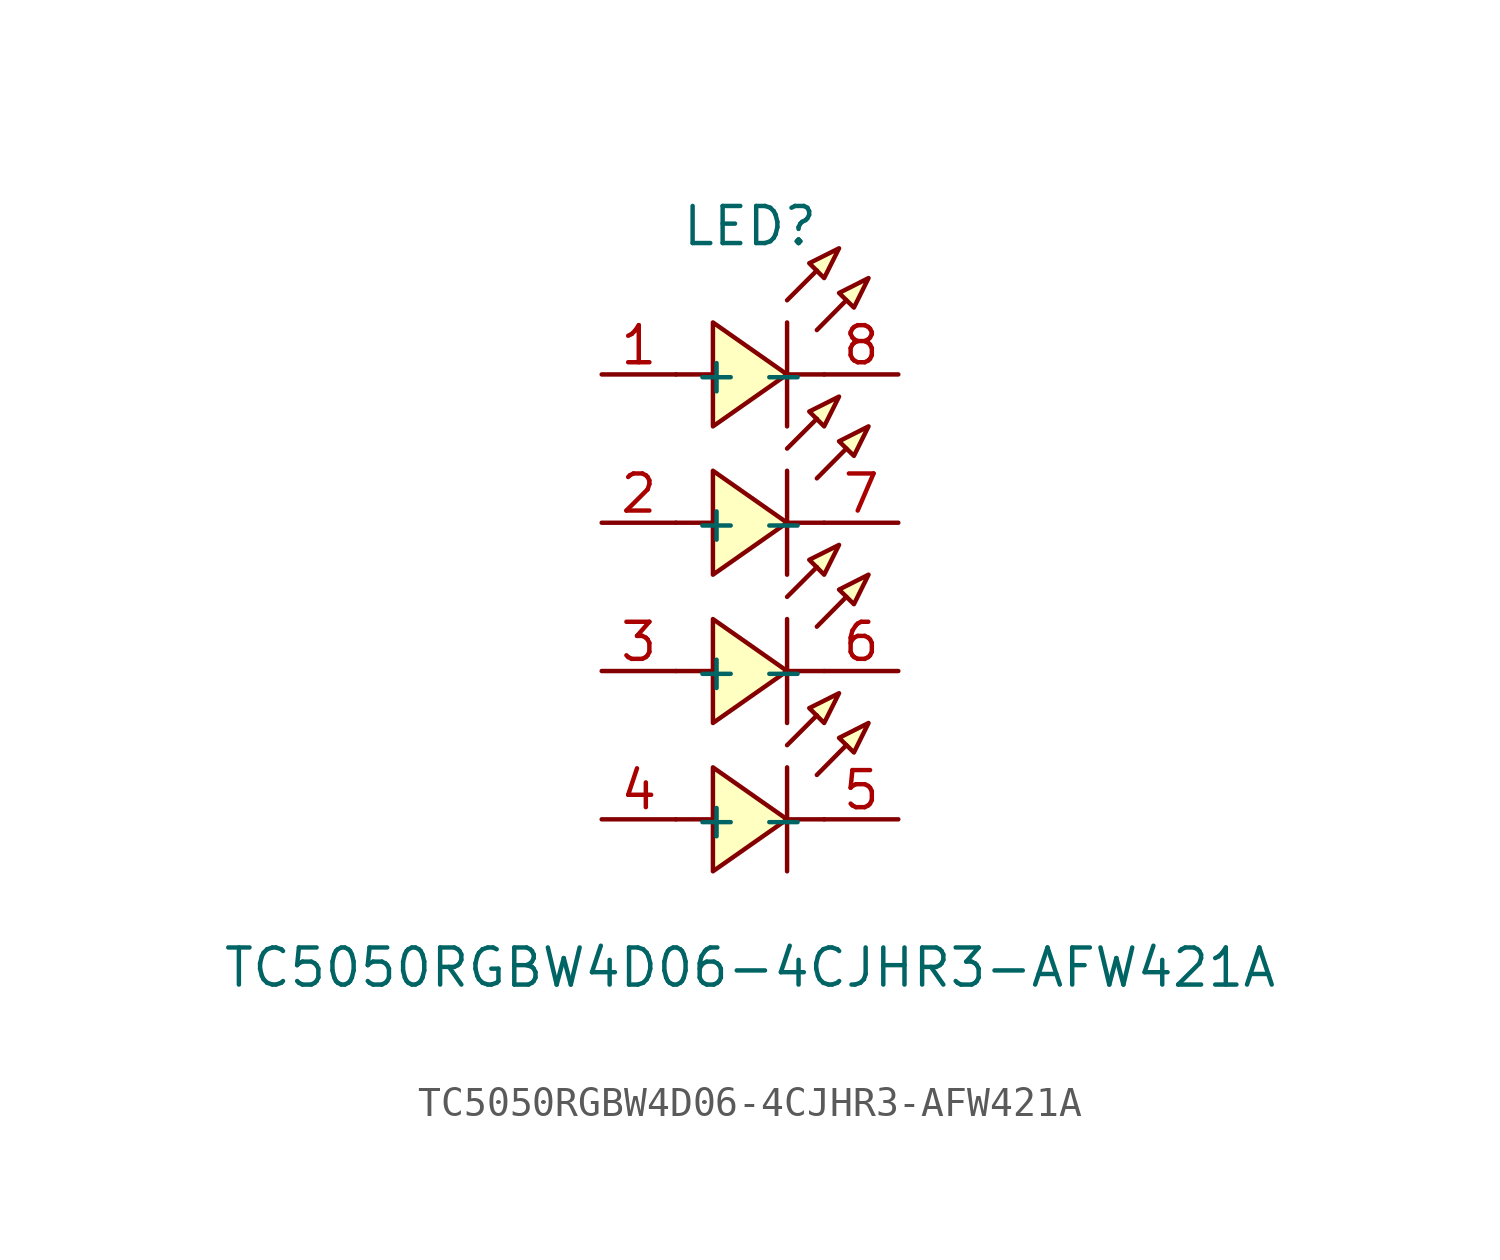
<source format=kicad_sym>
(kicad_symbol_lib
  (version 1)
  (generator "faebryk")
  (symbol "TC5050RGBW4D06-4CJHR3-AFW421A"
    (property "Reference" "LED"
      (at 0 12.7 0)
      (effects (font (size 1.27 1.27)) (hide no)))
    (property "Value" "TC5050RGBW4D06-4CJHR3-AFW421A"
      (at 0 -12.7 0)
      (effects (font (size 1.27 1.27)) (hide no)))
    (symbol "TC5050RGBW4D06-4CJHR3-AFW421A_0_1"
      (polyline (stroke (width 0) (type default) (color 0 0 0 0)) (fill (type background)) (pts (xy 4.06 5.84) (xy 3.05 5.33) (xy 3.56 4.83) (xy 4.06 5.84)))
      (polyline (stroke (width 0) (type default) (color 0 0 0 0)) (fill (type background)) (pts (xy 3.05 6.86) (xy 2.03 6.35) (xy 2.54 5.84) (xy 3.05 6.86)))
      (polyline (stroke (width 0) (type default) (color 0 0 0 0)) (fill (type background)) (pts (xy -1.27 4.32) (xy 1.27 2.54) (xy -1.27 0.76) (xy -1.27 4.32)))
      (polyline (stroke (width 0) (type default) (color 0 0 0 0)) (fill (type background)) (pts (xy -1.27 9.4) (xy 1.27 7.62) (xy -1.27 5.84) (xy -1.27 9.4)))
      (polyline (stroke (width 0) (type default) (color 0 0 0 0)) (fill (type background)) (pts (xy 3.05 11.94) (xy 2.03 11.43) (xy 2.54 10.92) (xy 3.05 11.94)))
      (polyline (stroke (width 0) (type default) (color 0 0 0 0)) (fill (type background)) (pts (xy 4.06 10.92) (xy 3.05 10.41) (xy 3.56 9.91) (xy 4.06 10.92)))
      (polyline (stroke (width 0) (type default) (color 0 0 0 0)) (fill (type background)) (pts (xy -1.27 -0.76) (xy 1.27 -2.54) (xy -1.27 -4.32) (xy -1.27 -0.76)))
      (polyline (stroke (width 0) (type default) (color 0 0 0 0)) (fill (type background)) (pts (xy 3.05 1.78) (xy 2.03 1.27) (xy 2.54 0.76) (xy 3.05 1.78)))
      (polyline (stroke (width 0) (type default) (color 0 0 0 0)) (fill (type background)) (pts (xy 4.06 0.76) (xy 3.05 0.25) (xy 3.56 -0.25) (xy 4.06 0.76)))
      (polyline (stroke (width 0) (type default) (color 0 0 0 0)) (fill (type background)) (pts (xy 4.06 -4.32) (xy 3.05 -4.83) (xy 3.56 -5.33) (xy 4.06 -4.32)))
      (polyline (stroke (width 0) (type default) (color 0 0 0 0)) (fill (type background)) (pts (xy -1.27 -5.84) (xy 1.27 -7.62) (xy -1.27 -9.4) (xy -1.27 -5.84)))
      (polyline (stroke (width 0) (type default) (color 0 0 0 0)) (fill (type background)) (pts (xy 3.05 -3.3) (xy 2.03 -3.81) (xy 2.54 -4.32) (xy 3.05 -3.3)))
      (polyline (stroke (width 0) (type default) (color 0 0 0 0)) (fill (type background)) (pts (xy 2.29 4.06) (xy 3.3 5.08) (xy 2.29 4.06)))
      (polyline (stroke (width 0) (type default) (color 0 0 0 0)) (fill (type background)) (pts (xy 1.27 5.08) (xy 2.29 6.1) (xy 1.27 5.08)))
      (polyline (stroke (width 0) (type default) (color 0 0 0 0)) (fill (type none)) (pts (xy 1.27 2.54) (xy 2.54 2.54)))
      (polyline (stroke (width 0) (type default) (color 0 0 0 0)) (fill (type none)) (pts (xy -2.54 2.54) (xy -1.27 2.54)))
      (polyline (stroke (width 0) (type default) (color 0 0 0 0)) (fill (type none)) (pts (xy 1.27 4.32) (xy 1.27 0.76)))
      (polyline (stroke (width 0) (type default) (color 0 0 0 0)) (fill (type none)) (pts (xy 1.27 9.4) (xy 1.27 5.84)))
      (polyline (stroke (width 0) (type default) (color 0 0 0 0)) (fill (type none)) (pts (xy -2.54 7.62) (xy -1.27 7.62)))
      (polyline (stroke (width 0) (type default) (color 0 0 0 0)) (fill (type none)) (pts (xy 1.27 7.62) (xy 2.54 7.62)))
      (polyline (stroke (width 0) (type default) (color 0 0 0 0)) (fill (type background)) (pts (xy 1.27 10.16) (xy 2.29 11.18) (xy 1.27 10.16)))
      (polyline (stroke (width 0) (type default) (color 0 0 0 0)) (fill (type background)) (pts (xy 2.29 9.14) (xy 3.3 10.16) (xy 2.29 9.14)))
      (polyline (stroke (width 0) (type default) (color 0 0 0 0)) (fill (type none)) (pts (xy 1.27 -0.76) (xy 1.27 -4.32)))
      (polyline (stroke (width 0) (type default) (color 0 0 0 0)) (fill (type none)) (pts (xy -2.54 -2.54) (xy -1.27 -2.54)))
      (polyline (stroke (width 0) (type default) (color 0 0 0 0)) (fill (type none)) (pts (xy 1.27 -2.54) (xy 2.54 -2.54)))
      (polyline (stroke (width 0) (type default) (color 0 0 0 0)) (fill (type background)) (pts (xy 1.27 0) (xy 2.29 1.02) (xy 1.27 0)))
      (polyline (stroke (width 0) (type default) (color 0 0 0 0)) (fill (type background)) (pts (xy 2.29 -1.02) (xy 3.3 0) (xy 2.29 -1.02)))
      (polyline (stroke (width 0) (type default) (color 0 0 0 0)) (fill (type background)) (pts (xy 2.29 -6.1) (xy 3.3 -5.08) (xy 2.29 -6.1)))
      (polyline (stroke (width 0) (type default) (color 0 0 0 0)) (fill (type background)) (pts (xy 1.27 -5.08) (xy 2.29 -4.06) (xy 1.27 -5.08)))
      (polyline (stroke (width 0) (type default) (color 0 0 0 0)) (fill (type none)) (pts (xy 1.27 -7.62) (xy 2.54 -7.62)))
      (polyline (stroke (width 0) (type default) (color 0 0 0 0)) (fill (type none)) (pts (xy -2.54 -7.62) (xy -1.27 -7.62)))
      (polyline (stroke (width 0) (type default) (color 0 0 0 0)) (fill (type none)) (pts (xy 1.27 -5.84) (xy 1.27 -9.4)))
      (pin unspecified line (at 5.08 2.54 180) (length 2.54) (name "-" (effects (font (size 1.27 1.27)) (hide no))) (number "7" (effects (font (size 1.27 1.27)) (hide no))))
      (pin unspecified line (at -5.08 2.54 0) (length 2.54) (name "+" (effects (font (size 1.27 1.27)) (hide no))) (number "2" (effects (font (size 1.27 1.27)) (hide no))))
      (pin unspecified line (at -5.08 7.62 0) (length 2.54) (name "+" (effects (font (size 1.27 1.27)) (hide no))) (number "1" (effects (font (size 1.27 1.27)) (hide no))))
      (pin unspecified line (at 5.08 7.62 180) (length 2.54) (name "-" (effects (font (size 1.27 1.27)) (hide no))) (number "8" (effects (font (size 1.27 1.27)) (hide no))))
      (pin unspecified line (at -5.08 -2.54 0) (length 2.54) (name "+" (effects (font (size 1.27 1.27)) (hide no))) (number "3" (effects (font (size 1.27 1.27)) (hide no))))
      (pin unspecified line (at 5.08 -2.54 180) (length 2.54) (name "-" (effects (font (size 1.27 1.27)) (hide no))) (number "6" (effects (font (size 1.27 1.27)) (hide no))))
      (pin unspecified line (at 5.08 -7.62 180) (length 2.54) (name "-" (effects (font (size 1.27 1.27)) (hide no))) (number "5" (effects (font (size 1.27 1.27)) (hide no))))
      (pin unspecified line (at -5.08 -7.62 0) (length 2.54) (name "+" (effects (font (size 1.27 1.27)) (hide no))) (number "4" (effects (font (size 1.27 1.27)) (hide no)))))))
</source>
